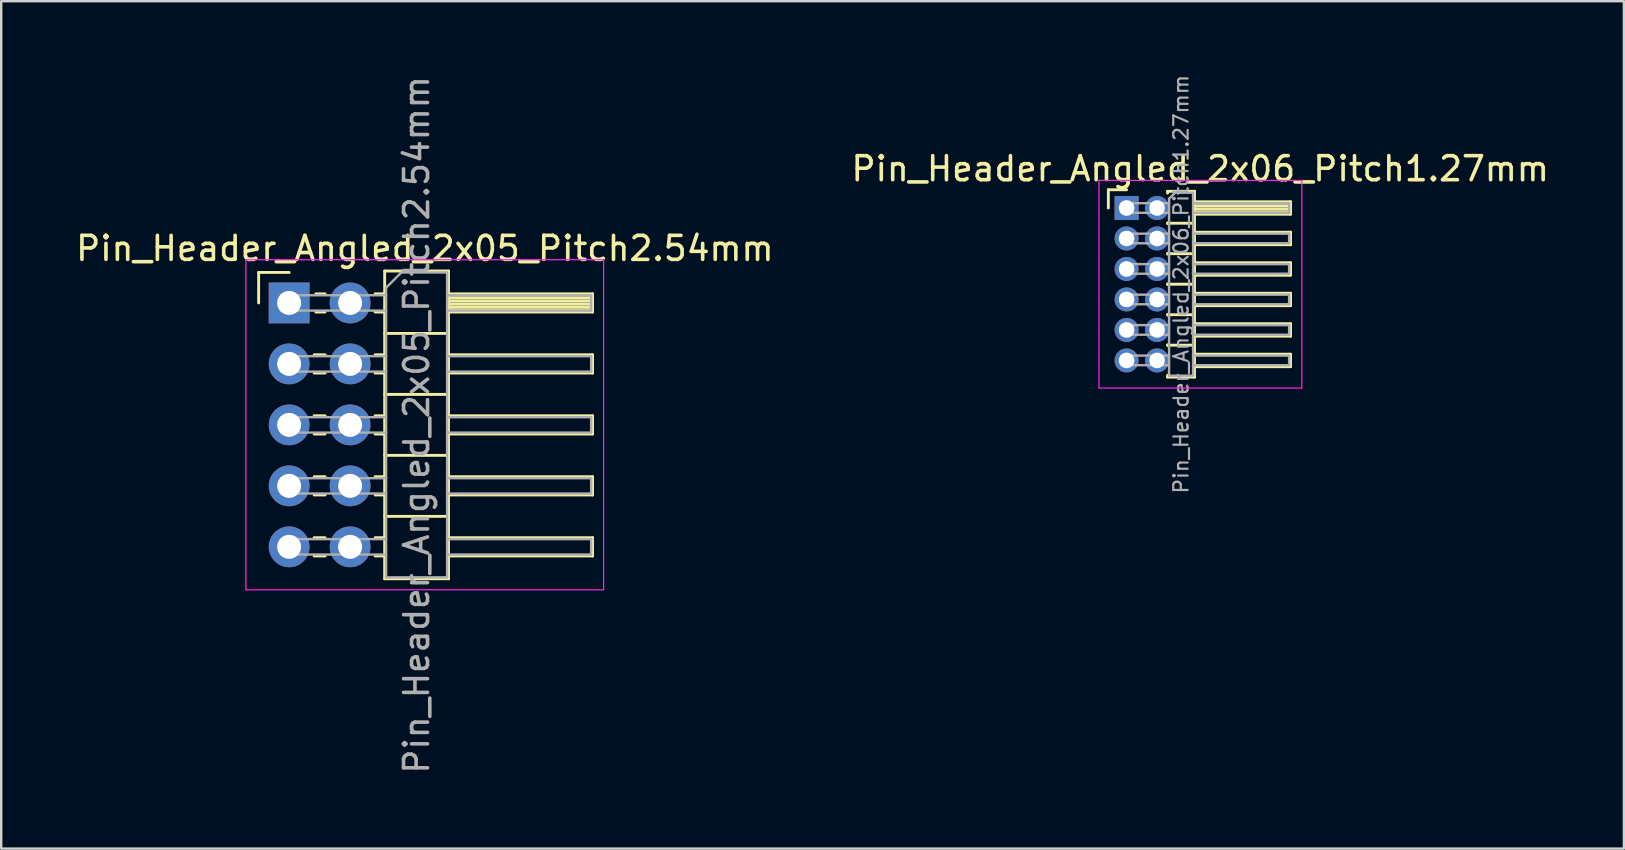
<source format=kicad_pcb>
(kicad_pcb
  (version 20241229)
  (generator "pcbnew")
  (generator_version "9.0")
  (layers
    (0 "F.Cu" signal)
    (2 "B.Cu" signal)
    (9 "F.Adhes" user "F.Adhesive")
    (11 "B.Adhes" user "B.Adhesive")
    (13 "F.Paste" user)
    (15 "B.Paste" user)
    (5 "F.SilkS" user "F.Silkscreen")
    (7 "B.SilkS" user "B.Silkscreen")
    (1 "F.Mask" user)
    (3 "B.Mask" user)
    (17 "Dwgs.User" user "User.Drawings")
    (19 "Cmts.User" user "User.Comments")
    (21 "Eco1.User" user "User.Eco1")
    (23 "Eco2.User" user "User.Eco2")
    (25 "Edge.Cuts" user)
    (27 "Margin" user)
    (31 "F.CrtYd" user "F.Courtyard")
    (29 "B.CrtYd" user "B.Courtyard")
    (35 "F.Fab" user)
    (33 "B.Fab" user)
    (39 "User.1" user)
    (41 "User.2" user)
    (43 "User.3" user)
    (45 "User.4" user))
  (footprint "Pin_Header_Angled_2x06_Pitch1.27mm"
    (layer "F.Cu")
    (at 43.879 5.614)
    (property "Reference" "Pin_Header_Angled_2x06_Pitch1.27mm" (at 3.067 -1.635 0) (layer "F.SilkS") (effects (font (size 1 1) (thickness 0.15))))
    (attr through_hole)
    (fp_line (start -0.76 -0.76) (end 0 -0.76) (stroke (width 0.12) (type solid)) (layer "F.SilkS"))
    (fp_line (start -0.76 0) (end -0.76 -0.76) (stroke (width 0.12) (type solid)) (layer "F.SilkS"))
    (fp_line (start 1.71 -0.695) (end 2.83 -0.695) (stroke (width 0.12) (type solid)) (layer "F.SilkS"))
    (fp_line (start 1.71 -0.62) (end 1.71 -0.695) (stroke (width 0.12) (type solid)) (layer "F.SilkS"))
    (fp_line (start 1.71 0.62) (end 1.71 0.65) (stroke (width 0.12) (type solid)) (layer "F.SilkS"))
    (fp_line (start 1.71 0.635) (end 2.83 0.635) (stroke (width 0.12) (type solid)) (layer "F.SilkS"))
    (fp_line (start 1.71 1.89) (end 1.71 1.92) (stroke (width 0.12) (type solid)) (layer "F.SilkS"))
    (fp_line (start 1.71 1.905) (end 2.83 1.905) (stroke (width 0.12) (type solid)) (layer "F.SilkS"))
    (fp_line (start 1.71 3.16) (end 1.71 3.19) (stroke (width 0.12) (type solid)) (layer "F.SilkS"))
    (fp_line (start 1.71 3.175) (end 2.83 3.175) (stroke (width 0.12) (type solid)) (layer "F.SilkS"))
    (fp_line (start 1.71 4.43) (end 1.71 4.46) (stroke (width 0.12) (type solid)) (layer "F.SilkS"))
    (fp_line (start 1.71 4.445) (end 2.83 4.445) (stroke (width 0.12) (type solid)) (layer "F.SilkS"))
    (fp_line (start 1.71 5.7) (end 1.71 5.73) (stroke (width 0.12) (type solid)) (layer "F.SilkS"))
    (fp_line (start 1.71 5.715) (end 2.83 5.715) (stroke (width 0.12) (type solid)) (layer "F.SilkS"))
    (fp_line (start 1.71 7.045) (end 1.71 6.97) (stroke (width 0.12) (type solid)) (layer "F.SilkS"))
    (fp_line (start 2.83 -0.695) (end 2.83 7.045) (stroke (width 0.12) (type solid)) (layer "F.SilkS"))
    (fp_line (start 2.83 -0.26) (end 6.83 -0.26) (stroke (width 0.12) (type solid)) (layer "F.SilkS"))
    (fp_line (start 2.83 -0.2) (end 6.83 -0.2) (stroke (width 0.12) (type solid)) (layer "F.SilkS"))
    (fp_line (start 2.83 -0.08) (end 6.83 -0.08) (stroke (width 0.12) (type solid)) (layer "F.SilkS"))
    (fp_line (start 2.83 0.04) (end 6.83 0.04) (stroke (width 0.12) (type solid)) (layer "F.SilkS"))
    (fp_line (start 2.83 0.16) (end 6.83 0.16) (stroke (width 0.12) (type solid)) (layer "F.SilkS"))
    (fp_line (start 2.83 1.01) (end 6.83 1.01) (stroke (width 0.12) (type solid)) (layer "F.SilkS"))
    (fp_line (start 2.83 2.28) (end 6.83 2.28) (stroke (width 0.12) (type solid)) (layer "F.SilkS"))
    (fp_line (start 2.83 3.55) (end 6.83 3.55) (stroke (width 0.12) (type solid)) (layer "F.SilkS"))
    (fp_line (start 2.83 4.82) (end 6.83 4.82) (stroke (width 0.12) (type solid)) (layer "F.SilkS"))
    (fp_line (start 2.83 6.09) (end 6.83 6.09) (stroke (width 0.12) (type solid)) (layer "F.SilkS"))
    (fp_line (start 2.83 7.045) (end 1.71 7.045) (stroke (width 0.12) (type solid)) (layer "F.SilkS"))
    (fp_line (start 6.83 -0.26) (end 6.83 0.26) (stroke (width 0.12) (type solid)) (layer "F.SilkS"))
    (fp_line (start 6.83 0.26) (end 2.83 0.26) (stroke (width 0.12) (type solid)) (layer "F.SilkS"))
    (fp_line (start 6.83 1.01) (end 6.83 1.53) (stroke (width 0.12) (type solid)) (layer "F.SilkS"))
    (fp_line (start 6.83 1.53) (end 2.83 1.53) (stroke (width 0.12) (type solid)) (layer "F.SilkS"))
    (fp_line (start 6.83 2.28) (end 6.83 2.8) (stroke (width 0.12) (type solid)) (layer "F.SilkS"))
    (fp_line (start 6.83 2.8) (end 2.83 2.8) (stroke (width 0.12) (type solid)) (layer "F.SilkS"))
    (fp_line (start 6.83 3.55) (end 6.83 4.07) (stroke (width 0.12) (type solid)) (layer "F.SilkS"))
    (fp_line (start 6.83 4.07) (end 2.83 4.07) (stroke (width 0.12) (type solid)) (layer "F.SilkS"))
    (fp_line (start 6.83 4.82) (end 6.83 5.34) (stroke (width 0.12) (type solid)) (layer "F.SilkS"))
    (fp_line (start 6.83 5.34) (end 2.83 5.34) (stroke (width 0.12) (type solid)) (layer "F.SilkS"))
    (fp_line (start 6.83 6.09) (end 6.83 6.61) (stroke (width 0.12) (type solid)) (layer "F.SilkS"))
    (fp_line (start 6.83 6.61) (end 2.83 6.61) (stroke (width 0.12) (type solid)) (layer "F.SilkS"))
    (fp_line (start -1.15 -1.15) (end -1.15 7.5) (stroke (width 0.05) (type solid)) (layer "F.CrtYd"))
    (fp_line (start -1.15 7.5) (end 7.3 7.5) (stroke (width 0.05) (type solid)) (layer "F.CrtYd"))
    (fp_line (start 7.3 -1.15) (end -1.15 -1.15) (stroke (width 0.05) (type solid)) (layer "F.CrtYd"))
    (fp_line (start 7.3 7.5) (end 7.3 -1.15) (stroke (width 0.05) (type solid)) (layer "F.CrtYd"))
    (fp_line (start -0.2 -0.2) (end -0.2 0.2) (stroke (width 0.1) (type solid)) (layer "F.Fab"))
    (fp_line (start -0.2 -0.2) (end 1.77 -0.2) (stroke (width 0.1) (type solid)) (layer "F.Fab"))
    (fp_line (start -0.2 0.2) (end 1.77 0.2) (stroke (width 0.1) (type solid)) (layer "F.Fab"))
    (fp_line (start -0.2 1.07) (end -0.2 1.47) (stroke (width 0.1) (type solid)) (layer "F.Fab"))
    (fp_line (start -0.2 1.07) (end 1.77 1.07) (stroke (width 0.1) (type solid)) (layer "F.Fab"))
    (fp_line (start -0.2 1.47) (end 1.77 1.47) (stroke (width 0.1) (type solid)) (layer "F.Fab"))
    (fp_line (start -0.2 2.34) (end -0.2 2.74) (stroke (width 0.1) (type solid)) (layer "F.Fab"))
    (fp_line (start -0.2 2.34) (end 1.77 2.34) (stroke (width 0.1) (type solid)) (layer "F.Fab"))
    (fp_line (start -0.2 2.74) (end 1.77 2.74) (stroke (width 0.1) (type solid)) (layer "F.Fab"))
    (fp_line (start -0.2 3.61) (end -0.2 4.01) (stroke (width 0.1) (type solid)) (layer "F.Fab"))
    (fp_line (start -0.2 3.61) (end 1.77 3.61) (stroke (width 0.1) (type solid)) (layer "F.Fab"))
    (fp_line (start -0.2 4.01) (end 1.77 4.01) (stroke (width 0.1) (type solid)) (layer "F.Fab"))
    (fp_line (start -0.2 4.88) (end -0.2 5.28) (stroke (width 0.1) (type solid)) (layer "F.Fab"))
    (fp_line (start -0.2 4.88) (end 1.77 4.88) (stroke (width 0.1) (type solid)) (layer "F.Fab"))
    (fp_line (start -0.2 5.28) (end 1.77 5.28) (stroke (width 0.1) (type solid)) (layer "F.Fab"))
    (fp_line (start -0.2 6.15) (end -0.2 6.55) (stroke (width 0.1) (type solid)) (layer "F.Fab"))
    (fp_line (start -0.2 6.15) (end 1.77 6.15) (stroke (width 0.1) (type solid)) (layer "F.Fab"))
    (fp_line (start -0.2 6.55) (end 1.77 6.55) (stroke (width 0.1) (type solid)) (layer "F.Fab"))
    (fp_line (start 1.77 -0.385) (end 2.02 -0.635) (stroke (width 0.1) (type solid)) (layer "F.Fab"))
    (fp_line (start 1.77 6.985) (end 1.77 -0.385) (stroke (width 0.1) (type solid)) (layer "F.Fab"))
    (fp_line (start 2.02 -0.635) (end 2.77 -0.635) (stroke (width 0.1) (type solid)) (layer "F.Fab"))
    (fp_line (start 2.77 -0.635) (end 2.77 6.985) (stroke (width 0.1) (type solid)) (layer "F.Fab"))
    (fp_line (start 2.77 -0.2) (end 6.77 -0.2) (stroke (width 0.1) (type solid)) (layer "F.Fab"))
    (fp_line (start 2.77 0.2) (end 6.77 0.2) (stroke (width 0.1) (type solid)) (layer "F.Fab"))
    (fp_line (start 2.77 1.07) (end 6.77 1.07) (stroke (width 0.1) (type solid)) (layer "F.Fab"))
    (fp_line (start 2.77 1.47) (end 6.77 1.47) (stroke (width 0.1) (type solid)) (layer "F.Fab"))
    (fp_line (start 2.77 2.34) (end 6.77 2.34) (stroke (width 0.1) (type solid)) (layer "F.Fab"))
    (fp_line (start 2.77 2.74) (end 6.77 2.74) (stroke (width 0.1) (type solid)) (layer "F.Fab"))
    (fp_line (start 2.77 3.61) (end 6.77 3.61) (stroke (width 0.1) (type solid)) (layer "F.Fab"))
    (fp_line (start 2.77 4.01) (end 6.77 4.01) (stroke (width 0.1) (type solid)) (layer "F.Fab"))
    (fp_line (start 2.77 4.88) (end 6.77 4.88) (stroke (width 0.1) (type solid)) (layer "F.Fab"))
    (fp_line (start 2.77 5.28) (end 6.77 5.28) (stroke (width 0.1) (type solid)) (layer "F.Fab"))
    (fp_line (start 2.77 6.15) (end 6.77 6.15) (stroke (width 0.1) (type solid)) (layer "F.Fab"))
    (fp_line (start 2.77 6.55) (end 6.77 6.55) (stroke (width 0.1) (type solid)) (layer "F.Fab"))
    (fp_line (start 2.77 6.985) (end 1.77 6.985) (stroke (width 0.1) (type solid)) (layer "F.Fab"))
    (fp_line (start 6.77 -0.2) (end 6.77 0.2) (stroke (width 0.1) (type solid)) (layer "F.Fab"))
    (fp_line (start 6.77 1.07) (end 6.77 1.47) (stroke (width 0.1) (type solid)) (layer "F.Fab"))
    (fp_line (start 6.77 2.34) (end 6.77 2.74) (stroke (width 0.1) (type solid)) (layer "F.Fab"))
    (fp_line (start 6.77 3.61) (end 6.77 4.01) (stroke (width 0.1) (type solid)) (layer "F.Fab"))
    (fp_line (start 6.77 4.88) (end 6.77 5.28) (stroke (width 0.1) (type solid)) (layer "F.Fab"))
    (fp_line (start 6.77 6.15) (end 6.77 6.55) (stroke (width 0.1) (type solid)) (layer "F.Fab"))
    (fp_text user "${REFERENCE}" (at 2.27 3.175 90) (layer "F.Fab") (effects (font (size 0.6 0.6) (thickness 0.09))))
    (pad "1" thru_hole rect (at 0 0) (size 1 1) (drill 0.65) (layers "*.Cu" "*.Mask"))
    (pad "2" thru_hole oval (at 1.27 0) (size 1 1) (drill 0.65) (layers "*.Cu" "*.Mask"))
    (pad "3" thru_hole oval (at 0 1.27) (size 1 1) (drill 0.65) (layers "*.Cu" "*.Mask"))
    (pad "4" thru_hole oval (at 1.27 1.27) (size 1 1) (drill 0.65) (layers "*.Cu" "*.Mask"))
    (pad "5" thru_hole oval (at 0 2.54) (size 1 1) (drill 0.65) (layers "*.Cu" "*.Mask"))
    (pad "6" thru_hole oval (at 1.27 2.54) (size 1 1) (drill 0.65) (layers "*.Cu" "*.Mask"))
    (pad "7" thru_hole oval (at 0 3.81) (size 1 1) (drill 0.65) (layers "*.Cu" "*.Mask"))
    (pad "8" thru_hole oval (at 1.27 3.81) (size 1 1) (drill 0.65) (layers "*.Cu" "*.Mask"))
    (pad "9" thru_hole oval (at 0 5.08) (size 1 1) (drill 0.65) (layers "*.Cu" "*.Mask"))
    (pad "10" thru_hole oval (at 1.27 5.08) (size 1 1) (drill 0.65) (layers "*.Cu" "*.Mask"))
    (pad "11" thru_hole oval (at 0 6.35) (size 1 1) (drill 0.65) (layers "*.Cu" "*.Mask"))
    (pad "12" thru_hole oval (at 1.27 6.35) (size 1 1) (drill 0.65) (layers "*.Cu" "*.Mask")))
  (footprint "Pin_Header_Angled_2x05_Pitch2.54mm"
    (layer "F.Cu")
    (at 8.994 9.569)
    (property "Reference" "Pin_Header_Angled_2x05_Pitch2.54mm" (at 5.655 -2.27 0) (layer "F.SilkS") (effects (font (size 1 1) (thickness 0.15))))
    (attr through_hole)
    (fp_line (start -1.27 -1.27) (end 0 -1.27) (stroke (width 0.12) (type solid)) (layer "F.SilkS"))
    (fp_line (start -1.27 0) (end -1.27 -1.27) (stroke (width 0.12) (type solid)) (layer "F.SilkS"))
    (fp_line (start 1.043 2.16) (end 1.497 2.16) (stroke (width 0.12) (type solid)) (layer "F.SilkS"))
    (fp_line (start 1.043 2.92) (end 1.497 2.92) (stroke (width 0.12) (type solid)) (layer "F.SilkS"))
    (fp_line (start 1.043 4.7) (end 1.497 4.7) (stroke (width 0.12) (type solid)) (layer "F.SilkS"))
    (fp_line (start 1.043 5.46) (end 1.497 5.46) (stroke (width 0.12) (type solid)) (layer "F.SilkS"))
    (fp_line (start 1.043 7.24) (end 1.497 7.24) (stroke (width 0.12) (type solid)) (layer "F.SilkS"))
    (fp_line (start 1.043 8) (end 1.497 8) (stroke (width 0.12) (type solid)) (layer "F.SilkS"))
    (fp_line (start 1.043 9.78) (end 1.497 9.78) (stroke (width 0.12) (type solid)) (layer "F.SilkS"))
    (fp_line (start 1.043 10.54) (end 1.497 10.54) (stroke (width 0.12) (type solid)) (layer "F.SilkS"))
    (fp_line (start 1.11 -0.38) (end 1.497 -0.38) (stroke (width 0.12) (type solid)) (layer "F.SilkS"))
    (fp_line (start 1.11 0.38) (end 1.497 0.38) (stroke (width 0.12) (type solid)) (layer "F.SilkS"))
    (fp_line (start 3.583 -0.38) (end 3.98 -0.38) (stroke (width 0.12) (type solid)) (layer "F.SilkS"))
    (fp_line (start 3.583 0.38) (end 3.98 0.38) (stroke (width 0.12) (type solid)) (layer "F.SilkS"))
    (fp_line (start 3.583 2.16) (end 3.98 2.16) (stroke (width 0.12) (type solid)) (layer "F.SilkS"))
    (fp_line (start 3.583 2.92) (end 3.98 2.92) (stroke (width 0.12) (type solid)) (layer "F.SilkS"))
    (fp_line (start 3.583 4.7) (end 3.98 4.7) (stroke (width 0.12) (type solid)) (layer "F.SilkS"))
    (fp_line (start 3.583 5.46) (end 3.98 5.46) (stroke (width 0.12) (type solid)) (layer "F.SilkS"))
    (fp_line (start 3.583 7.24) (end 3.98 7.24) (stroke (width 0.12) (type solid)) (layer "F.SilkS"))
    (fp_line (start 3.583 8) (end 3.98 8) (stroke (width 0.12) (type solid)) (layer "F.SilkS"))
    (fp_line (start 3.583 9.78) (end 3.98 9.78) (stroke (width 0.12) (type solid)) (layer "F.SilkS"))
    (fp_line (start 3.583 10.54) (end 3.98 10.54) (stroke (width 0.12) (type solid)) (layer "F.SilkS"))
    (fp_line (start 3.98 -1.33) (end 3.98 11.49) (stroke (width 0.12) (type solid)) (layer "F.SilkS"))
    (fp_line (start 3.98 1.27) (end 6.64 1.27) (stroke (width 0.12) (type solid)) (layer "F.SilkS"))
    (fp_line (start 3.98 3.81) (end 6.64 3.81) (stroke (width 0.12) (type solid)) (layer "F.SilkS"))
    (fp_line (start 3.98 6.35) (end 6.64 6.35) (stroke (width 0.12) (type solid)) (layer "F.SilkS"))
    (fp_line (start 3.98 8.89) (end 6.64 8.89) (stroke (width 0.12) (type solid)) (layer "F.SilkS"))
    (fp_line (start 3.98 11.49) (end 6.64 11.49) (stroke (width 0.12) (type solid)) (layer "F.SilkS"))
    (fp_line (start 6.64 -1.33) (end 3.98 -1.33) (stroke (width 0.12) (type solid)) (layer "F.SilkS"))
    (fp_line (start 6.64 -0.38) (end 12.64 -0.38) (stroke (width 0.12) (type solid)) (layer "F.SilkS"))
    (fp_line (start 6.64 -0.32) (end 12.64 -0.32) (stroke (width 0.12) (type solid)) (layer "F.SilkS"))
    (fp_line (start 6.64 -0.2) (end 12.64 -0.2) (stroke (width 0.12) (type solid)) (layer "F.SilkS"))
    (fp_line (start 6.64 -0.08) (end 12.64 -0.08) (stroke (width 0.12) (type solid)) (layer "F.SilkS"))
    (fp_line (start 6.64 0.04) (end 12.64 0.04) (stroke (width 0.12) (type solid)) (layer "F.SilkS"))
    (fp_line (start 6.64 0.16) (end 12.64 0.16) (stroke (width 0.12) (type solid)) (layer "F.SilkS"))
    (fp_line (start 6.64 0.28) (end 12.64 0.28) (stroke (width 0.12) (type solid)) (layer "F.SilkS"))
    (fp_line (start 6.64 2.16) (end 12.64 2.16) (stroke (width 0.12) (type solid)) (layer "F.SilkS"))
    (fp_line (start 6.64 4.7) (end 12.64 4.7) (stroke (width 0.12) (type solid)) (layer "F.SilkS"))
    (fp_line (start 6.64 7.24) (end 12.64 7.24) (stroke (width 0.12) (type solid)) (layer "F.SilkS"))
    (fp_line (start 6.64 9.78) (end 12.64 9.78) (stroke (width 0.12) (type solid)) (layer "F.SilkS"))
    (fp_line (start 6.64 11.49) (end 6.64 -1.33) (stroke (width 0.12) (type solid)) (layer "F.SilkS"))
    (fp_line (start 12.64 -0.38) (end 12.64 0.38) (stroke (width 0.12) (type solid)) (layer "F.SilkS"))
    (fp_line (start 12.64 0.38) (end 6.64 0.38) (stroke (width 0.12) (type solid)) (layer "F.SilkS"))
    (fp_line (start 12.64 2.16) (end 12.64 2.92) (stroke (width 0.12) (type solid)) (layer "F.SilkS"))
    (fp_line (start 12.64 2.92) (end 6.64 2.92) (stroke (width 0.12) (type solid)) (layer "F.SilkS"))
    (fp_line (start 12.64 4.7) (end 12.64 5.46) (stroke (width 0.12) (type solid)) (layer "F.SilkS"))
    (fp_line (start 12.64 5.46) (end 6.64 5.46) (stroke (width 0.12) (type solid)) (layer "F.SilkS"))
    (fp_line (start 12.64 7.24) (end 12.64 8) (stroke (width 0.12) (type solid)) (layer "F.SilkS"))
    (fp_line (start 12.64 8) (end 6.64 8) (stroke (width 0.12) (type solid)) (layer "F.SilkS"))
    (fp_line (start 12.64 9.78) (end 12.64 10.54) (stroke (width 0.12) (type solid)) (layer "F.SilkS"))
    (fp_line (start 12.64 10.54) (end 6.64 10.54) (stroke (width 0.12) (type solid)) (layer "F.SilkS"))
    (fp_line (start -1.8 -1.8) (end -1.8 11.95) (stroke (width 0.05) (type solid)) (layer "F.CrtYd"))
    (fp_line (start -1.8 11.95) (end 13.1 11.95) (stroke (width 0.05) (type solid)) (layer "F.CrtYd"))
    (fp_line (start 13.1 -1.8) (end -1.8 -1.8) (stroke (width 0.05) (type solid)) (layer "F.CrtYd"))
    (fp_line (start 13.1 11.95) (end 13.1 -1.8) (stroke (width 0.05) (type solid)) (layer "F.CrtYd"))
    (fp_line (start -0.32 -0.32) (end -0.32 0.32) (stroke (width 0.1) (type solid)) (layer "F.Fab"))
    (fp_line (start -0.32 -0.32) (end 4.04 -0.32) (stroke (width 0.1) (type solid)) (layer "F.Fab"))
    (fp_line (start -0.32 0.32) (end 4.04 0.32) (stroke (width 0.1) (type solid)) (layer "F.Fab"))
    (fp_line (start -0.32 2.22) (end -0.32 2.86) (stroke (width 0.1) (type solid)) (layer "F.Fab"))
    (fp_line (start -0.32 2.22) (end 4.04 2.22) (stroke (width 0.1) (type solid)) (layer "F.Fab"))
    (fp_line (start -0.32 2.86) (end 4.04 2.86) (stroke (width 0.1) (type solid)) (layer "F.Fab"))
    (fp_line (start -0.32 4.76) (end -0.32 5.4) (stroke (width 0.1) (type solid)) (layer "F.Fab"))
    (fp_line (start -0.32 4.76) (end 4.04 4.76) (stroke (width 0.1) (type solid)) (layer "F.Fab"))
    (fp_line (start -0.32 5.4) (end 4.04 5.4) (stroke (width 0.1) (type solid)) (layer "F.Fab"))
    (fp_line (start -0.32 7.3) (end -0.32 7.94) (stroke (width 0.1) (type solid)) (layer "F.Fab"))
    (fp_line (start -0.32 7.3) (end 4.04 7.3) (stroke (width 0.1) (type solid)) (layer "F.Fab"))
    (fp_line (start -0.32 7.94) (end 4.04 7.94) (stroke (width 0.1) (type solid)) (layer "F.Fab"))
    (fp_line (start -0.32 9.84) (end -0.32 10.48) (stroke (width 0.1) (type solid)) (layer "F.Fab"))
    (fp_line (start -0.32 9.84) (end 4.04 9.84) (stroke (width 0.1) (type solid)) (layer "F.Fab"))
    (fp_line (start -0.32 10.48) (end 4.04 10.48) (stroke (width 0.1) (type solid)) (layer "F.Fab"))
    (fp_line (start 4.04 -0.635) (end 4.675 -1.27) (stroke (width 0.1) (type solid)) (layer "F.Fab"))
    (fp_line (start 4.04 11.43) (end 4.04 -0.635) (stroke (width 0.1) (type solid)) (layer "F.Fab"))
    (fp_line (start 4.675 -1.27) (end 6.58 -1.27) (stroke (width 0.1) (type solid)) (layer "F.Fab"))
    (fp_line (start 6.58 -1.27) (end 6.58 11.43) (stroke (width 0.1) (type solid)) (layer "F.Fab"))
    (fp_line (start 6.58 -0.32) (end 12.58 -0.32) (stroke (width 0.1) (type solid)) (layer "F.Fab"))
    (fp_line (start 6.58 0.32) (end 12.58 0.32) (stroke (width 0.1) (type solid)) (layer "F.Fab"))
    (fp_line (start 6.58 2.22) (end 12.58 2.22) (stroke (width 0.1) (type solid)) (layer "F.Fab"))
    (fp_line (start 6.58 2.86) (end 12.58 2.86) (stroke (width 0.1) (type solid)) (layer "F.Fab"))
    (fp_line (start 6.58 4.76) (end 12.58 4.76) (stroke (width 0.1) (type solid)) (layer "F.Fab"))
    (fp_line (start 6.58 5.4) (end 12.58 5.4) (stroke (width 0.1) (type solid)) (layer "F.Fab"))
    (fp_line (start 6.58 7.3) (end 12.58 7.3) (stroke (width 0.1) (type solid)) (layer "F.Fab"))
    (fp_line (start 6.58 7.94) (end 12.58 7.94) (stroke (width 0.1) (type solid)) (layer "F.Fab"))
    (fp_line (start 6.58 9.84) (end 12.58 9.84) (stroke (width 0.1) (type solid)) (layer "F.Fab"))
    (fp_line (start 6.58 10.48) (end 12.58 10.48) (stroke (width 0.1) (type solid)) (layer "F.Fab"))
    (fp_line (start 6.58 11.43) (end 4.04 11.43) (stroke (width 0.1) (type solid)) (layer "F.Fab"))
    (fp_line (start 12.58 -0.32) (end 12.58 0.32) (stroke (width 0.1) (type solid)) (layer "F.Fab"))
    (fp_line (start 12.58 2.22) (end 12.58 2.86) (stroke (width 0.1) (type solid)) (layer "F.Fab"))
    (fp_line (start 12.58 4.76) (end 12.58 5.4) (stroke (width 0.1) (type solid)) (layer "F.Fab"))
    (fp_line (start 12.58 7.3) (end 12.58 7.94) (stroke (width 0.1) (type solid)) (layer "F.Fab"))
    (fp_line (start 12.58 9.84) (end 12.58 10.48) (stroke (width 0.1) (type solid)) (layer "F.Fab"))
    (fp_text user "${REFERENCE}" (at 5.31 5.08 90) (layer "F.Fab") (effects (font (size 1 1) (thickness 0.15))))
    (pad "1" thru_hole rect (at 0 0) (size 1.7 1.7) (drill 1) (layers "*.Cu" "*.Mask"))
    (pad "2" thru_hole oval (at 2.54 0) (size 1.7 1.7) (drill 1) (layers "*.Cu" "*.Mask"))
    (pad "3" thru_hole oval (at 0 2.54) (size 1.7 1.7) (drill 1) (layers "*.Cu" "*.Mask"))
    (pad "4" thru_hole oval (at 2.54 2.54) (size 1.7 1.7) (drill 1) (layers "*.Cu" "*.Mask"))
    (pad "5" thru_hole oval (at 0 5.08) (size 1.7 1.7) (drill 1) (layers "*.Cu" "*.Mask"))
    (pad "6" thru_hole oval (at 2.54 5.08) (size 1.7 1.7) (drill 1) (layers "*.Cu" "*.Mask"))
    (pad "7" thru_hole oval (at 0 7.62) (size 1.7 1.7) (drill 1) (layers "*.Cu" "*.Mask"))
    (pad "8" thru_hole oval (at 2.54 7.62) (size 1.7 1.7) (drill 1) (layers "*.Cu" "*.Mask"))
    (pad "9" thru_hole oval (at 0 10.16) (size 1.7 1.7) (drill 1) (layers "*.Cu" "*.Mask"))
    (pad "10" thru_hole oval (at 2.54 10.16) (size 1.7 1.7) (drill 1) (layers "*.Cu" "*.Mask")))
  (gr_rect
    (start -3 -3)
    (end 64.595 32.298)
    (stroke (width 0.1) (type default))
    (fill no)
    (layer "Edge.Cuts")))
</source>
